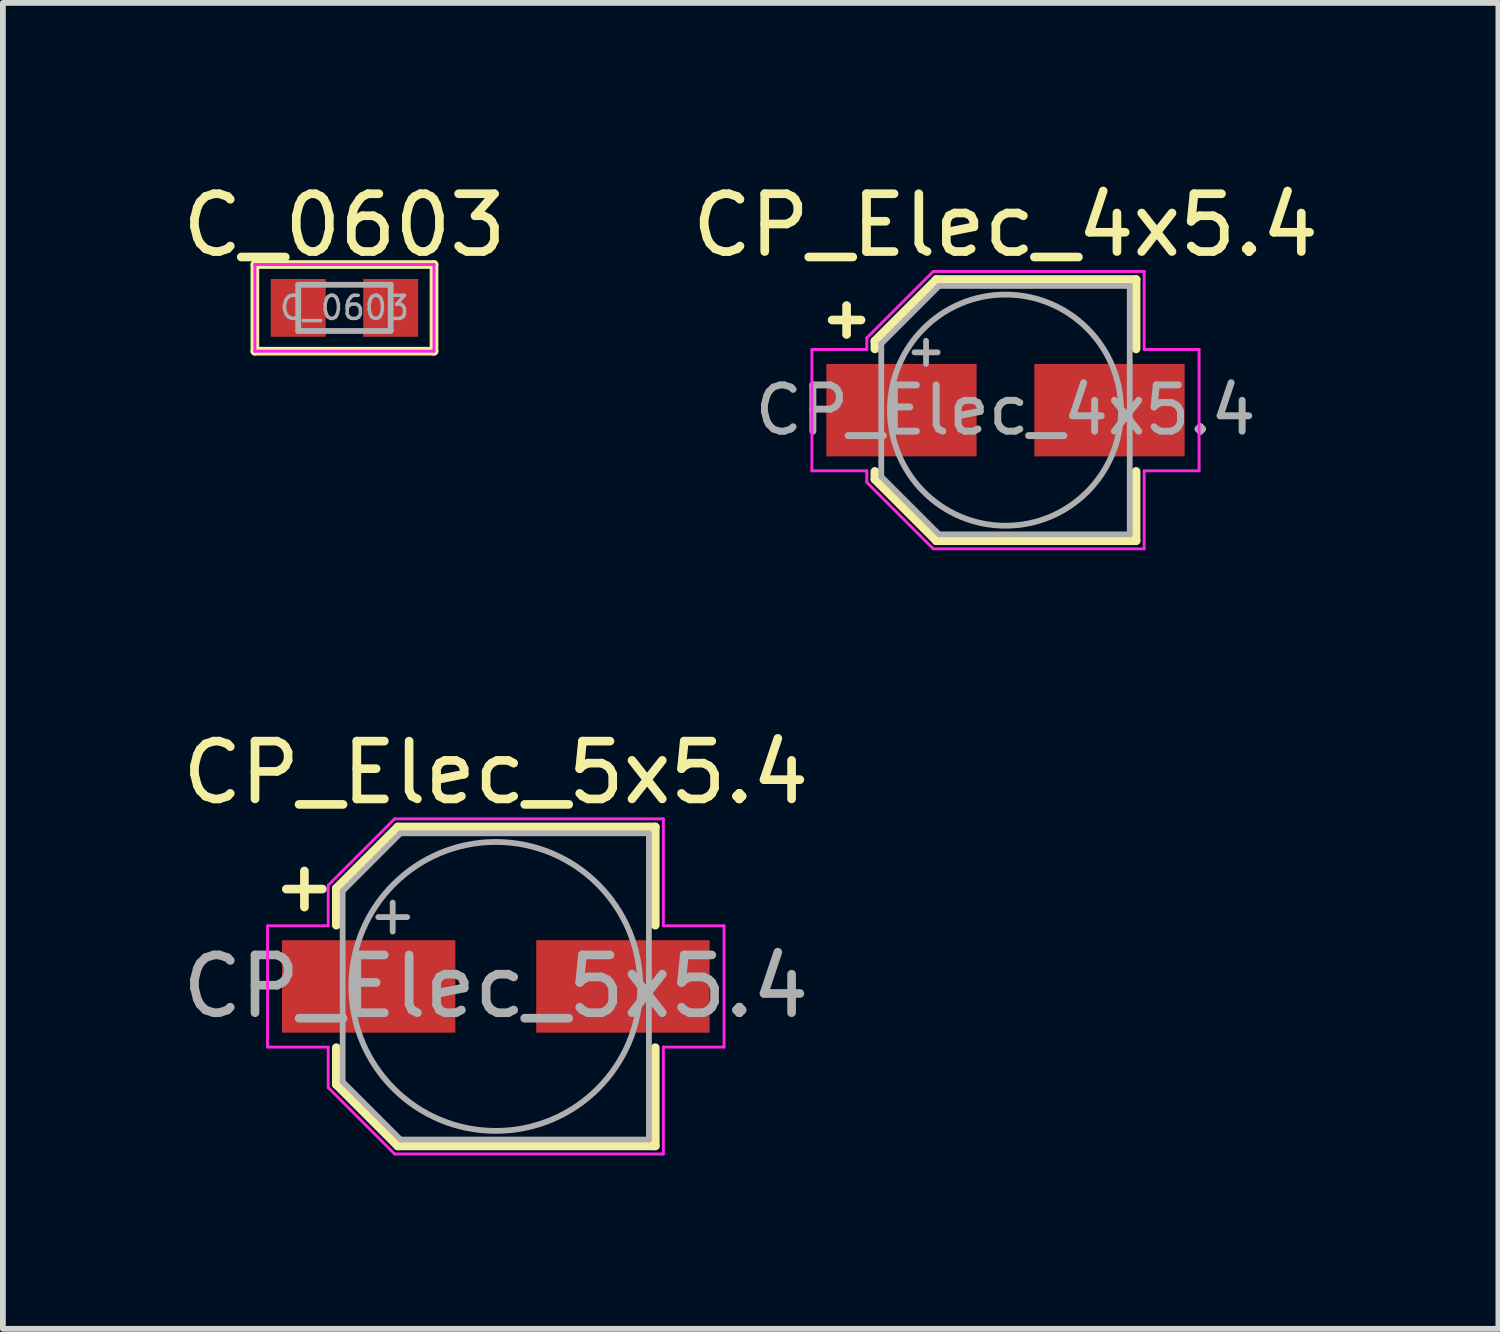
<source format=kicad_pcb>
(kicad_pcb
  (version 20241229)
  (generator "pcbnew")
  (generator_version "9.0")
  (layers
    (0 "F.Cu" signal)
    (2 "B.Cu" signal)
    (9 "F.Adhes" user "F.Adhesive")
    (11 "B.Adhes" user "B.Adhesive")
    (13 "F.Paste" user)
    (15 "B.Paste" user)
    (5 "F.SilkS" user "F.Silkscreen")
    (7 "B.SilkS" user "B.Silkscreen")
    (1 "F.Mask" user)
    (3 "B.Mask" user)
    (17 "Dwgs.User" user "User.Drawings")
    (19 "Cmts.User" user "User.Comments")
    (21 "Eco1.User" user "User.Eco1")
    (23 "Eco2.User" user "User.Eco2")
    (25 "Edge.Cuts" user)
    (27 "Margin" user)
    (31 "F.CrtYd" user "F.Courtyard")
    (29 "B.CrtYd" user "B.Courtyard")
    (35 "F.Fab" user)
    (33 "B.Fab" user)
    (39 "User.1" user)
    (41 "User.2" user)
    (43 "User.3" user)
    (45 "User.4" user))
  (footprint "CP_Elec_5x5.4"
    (layer "F.Cu")
    (at 5.53 14.021)
    (property "Reference" "CP_Elec_5x5.4" (at 0 -3.7 0) (layer "F.SilkS") (effects (font (size 1 1) (thickness 0.15))))
    (attr smd)
    (fp_line (start -3.625 -1.685) (end -3 -1.685) (stroke (width 0.15) (type solid)) (layer "F.SilkS"))
    (fp_line (start -3.312 -1.998) (end -3.312 -1.373) (stroke (width 0.15) (type solid)) (layer "F.SilkS"))
    (fp_line (start -2.76 -1.696) (end -2.76 -1.06) (stroke (width 0.15) (type solid)) (layer "F.SilkS"))
    (fp_line (start -2.76 -1.696) (end -1.696 -2.76) (stroke (width 0.15) (type solid)) (layer "F.SilkS"))
    (fp_line (start -2.76 1.696) (end -2.76 1.06) (stroke (width 0.15) (type solid)) (layer "F.SilkS"))
    (fp_line (start -2.76 1.696) (end -1.696 2.76) (stroke (width 0.15) (type solid)) (layer "F.SilkS"))
    (fp_line (start -1.696 -2.76) (end 2.76 -2.76) (stroke (width 0.15) (type solid)) (layer "F.SilkS"))
    (fp_line (start -1.696 2.76) (end 2.76 2.76) (stroke (width 0.15) (type solid)) (layer "F.SilkS"))
    (fp_line (start 2.76 -2.76) (end 2.76 -1.06) (stroke (width 0.15) (type solid)) (layer "F.SilkS"))
    (fp_line (start 2.76 2.76) (end 2.76 1.06) (stroke (width 0.15) (type solid)) (layer "F.SilkS"))
    (fp_line (start -3.95 -1.05) (end -3.95 1.05) (stroke (width 0.05) (type solid)) (layer "F.CrtYd"))
    (fp_line (start -3.95 1.05) (end -2.9 1.05) (stroke (width 0.05) (type solid)) (layer "F.CrtYd"))
    (fp_line (start -2.9 -1.75) (end -2.9 -1.05) (stroke (width 0.05) (type solid)) (layer "F.CrtYd"))
    (fp_line (start -2.9 -1.75) (end -1.75 -2.9) (stroke (width 0.05) (type solid)) (layer "F.CrtYd"))
    (fp_line (start -2.9 -1.05) (end -3.95 -1.05) (stroke (width 0.05) (type solid)) (layer "F.CrtYd"))
    (fp_line (start -2.9 1.05) (end -2.9 1.75) (stroke (width 0.05) (type solid)) (layer "F.CrtYd"))
    (fp_line (start -2.9 1.75) (end -1.75 2.9) (stroke (width 0.05) (type solid)) (layer "F.CrtYd"))
    (fp_line (start -1.75 -2.9) (end 2.9 -2.9) (stroke (width 0.05) (type solid)) (layer "F.CrtYd"))
    (fp_line (start -1.75 2.9) (end 2.9 2.9) (stroke (width 0.05) (type solid)) (layer "F.CrtYd"))
    (fp_line (start 2.9 -2.9) (end 2.9 -1.05) (stroke (width 0.05) (type solid)) (layer "F.CrtYd"))
    (fp_line (start 2.9 -1.05) (end 3.95 -1.05) (stroke (width 0.05) (type solid)) (layer "F.CrtYd"))
    (fp_line (start 2.9 1.05) (end 2.9 2.9) (stroke (width 0.05) (type solid)) (layer "F.CrtYd"))
    (fp_line (start 3.95 -1.05) (end 3.95 1.05) (stroke (width 0.05) (type solid)) (layer "F.CrtYd"))
    (fp_line (start 3.95 1.05) (end 2.9 1.05) (stroke (width 0.05) (type solid)) (layer "F.CrtYd"))
    (fp_line (start -2.65 -1.65) (end -2.65 1.65) (stroke (width 0.1) (type solid)) (layer "F.Fab"))
    (fp_line (start -2.65 -1.65) (end -1.65 -2.65) (stroke (width 0.1) (type solid)) (layer "F.Fab"))
    (fp_line (start -2.65 1.65) (end -1.65 2.65) (stroke (width 0.1) (type solid)) (layer "F.Fab"))
    (fp_line (start -2.034 -1.2) (end -1.534 -1.2) (stroke (width 0.1) (type solid)) (layer "F.Fab"))
    (fp_line (start -1.784 -1.45) (end -1.784 -0.95) (stroke (width 0.1) (type solid)) (layer "F.Fab"))
    (fp_line (start -1.65 -2.65) (end 2.65 -2.65) (stroke (width 0.1) (type solid)) (layer "F.Fab"))
    (fp_line (start -1.65 2.65) (end 2.65 2.65) (stroke (width 0.1) (type solid)) (layer "F.Fab"))
    (fp_line (start 2.65 -2.65) (end 2.65 2.65) (stroke (width 0.1) (type solid)) (layer "F.Fab"))
    (fp_circle (center 0 0) (end 2.5 0) (stroke (width 0.1) (type solid)) (fill no) (layer "F.Fab"))
    (fp_text user "${REFERENCE}" (at 0 0 0) (layer "F.Fab") (effects (font (size 1 1) (thickness 0.15))))
    (pad "1" smd rect (at -2.2 0) (size 3 1.6) (layers "F.Cu" "F.Mask" "F.Paste"))
    (pad "2" smd rect (at 2.2 0) (size 3 1.6) (layers "F.Cu" "F.Mask" "F.Paste")))
  (footprint "C_0603"
    (layer "F.Cu")
    (at 2.911 2.278)
    (property "Reference" "C_0603" (at 0 -1.43 0) (layer "F.SilkS") (effects (font (size 1 1) (thickness 0.15))))
    (attr smd)
    (fp_line (start -1.55 -0.75) (end 1.55 -0.75) (stroke (width 0.15) (type solid)) (layer "F.SilkS"))
    (fp_line (start -1.55 0.75) (end -1.55 -0.75) (stroke (width 0.15) (type solid)) (layer "F.SilkS"))
    (fp_line (start 1.55 -0.75) (end 1.55 0.75) (stroke (width 0.15) (type solid)) (layer "F.SilkS"))
    (fp_line (start 1.55 0.75) (end -1.55 0.75) (stroke (width 0.15) (type solid)) (layer "F.SilkS"))
    (fp_line (start -1.55 -0.75) (end 1.55 -0.75) (stroke (width 0.05) (type solid)) (layer "F.CrtYd"))
    (fp_line (start -1.55 0.75) (end -1.55 -0.75) (stroke (width 0.05) (type solid)) (layer "F.CrtYd"))
    (fp_line (start 1.55 -0.75) (end 1.55 0.75) (stroke (width 0.05) (type solid)) (layer "F.CrtYd"))
    (fp_line (start 1.55 0.75) (end -1.55 0.75) (stroke (width 0.05) (type solid)) (layer "F.CrtYd"))
    (fp_line (start -0.8 -0.4) (end 0.8 -0.4) (stroke (width 0.1) (type solid)) (layer "F.Fab"))
    (fp_line (start -0.8 0.4) (end -0.8 -0.4) (stroke (width 0.1) (type solid)) (layer "F.Fab"))
    (fp_line (start 0.8 -0.4) (end 0.8 0.4) (stroke (width 0.1) (type solid)) (layer "F.Fab"))
    (fp_line (start 0.8 0.4) (end -0.8 0.4) (stroke (width 0.1) (type solid)) (layer "F.Fab"))
    (fp_text user "${REFERENCE}" (at 0 0 0) (layer "F.Fab") (effects (font (size 0.4 0.4) (thickness 0.06))))
    (pad "1" smd rect (at -0.8 0) (size 0.95 1) (layers "F.Cu" "F.Mask" "F.Paste"))
    (pad "2" smd rect (at 0.8 0) (size 0.95 1) (layers "F.Cu" "F.Mask" "F.Paste")))
  (footprint "CP_Elec_4x5.4"
    (layer "F.Cu")
    (at 14.351 4.048)
    (property "Reference" "CP_Elec_4x5.4" (at 0 -3.2 0) (layer "F.SilkS") (effects (font (size 1 1) (thickness 0.15))))
    (attr smd)
    (fp_line (start -3 -1.56) (end -2.5 -1.56) (stroke (width 0.15) (type solid)) (layer "F.SilkS"))
    (fp_line (start -2.75 -1.81) (end -2.75 -1.31) (stroke (width 0.15) (type solid)) (layer "F.SilkS"))
    (fp_line (start -2.26 -1.196) (end -2.26 -1.06) (stroke (width 0.15) (type solid)) (layer "F.SilkS"))
    (fp_line (start -2.26 -1.196) (end -1.196 -2.26) (stroke (width 0.15) (type solid)) (layer "F.SilkS"))
    (fp_line (start -2.26 1.196) (end -2.26 1.06) (stroke (width 0.15) (type solid)) (layer "F.SilkS"))
    (fp_line (start -2.26 1.196) (end -1.196 2.26) (stroke (width 0.15) (type solid)) (layer "F.SilkS"))
    (fp_line (start -1.196 -2.26) (end 2.26 -2.26) (stroke (width 0.15) (type solid)) (layer "F.SilkS"))
    (fp_line (start -1.196 2.26) (end 2.26 2.26) (stroke (width 0.15) (type solid)) (layer "F.SilkS"))
    (fp_line (start 2.26 -2.26) (end 2.26 -1.06) (stroke (width 0.15) (type solid)) (layer "F.SilkS"))
    (fp_line (start 2.26 2.26) (end 2.26 1.06) (stroke (width 0.15) (type solid)) (layer "F.SilkS"))
    (fp_line (start -3.35 -1.05) (end -3.35 1.05) (stroke (width 0.05) (type solid)) (layer "F.CrtYd"))
    (fp_line (start -3.35 1.05) (end -2.4 1.05) (stroke (width 0.05) (type solid)) (layer "F.CrtYd"))
    (fp_line (start -2.4 -1.25) (end -2.4 -1.05) (stroke (width 0.05) (type solid)) (layer "F.CrtYd"))
    (fp_line (start -2.4 -1.25) (end -1.25 -2.4) (stroke (width 0.05) (type solid)) (layer "F.CrtYd"))
    (fp_line (start -2.4 -1.05) (end -3.35 -1.05) (stroke (width 0.05) (type solid)) (layer "F.CrtYd"))
    (fp_line (start -2.4 1.05) (end -2.4 1.25) (stroke (width 0.05) (type solid)) (layer "F.CrtYd"))
    (fp_line (start -2.4 1.25) (end -1.25 2.4) (stroke (width 0.05) (type solid)) (layer "F.CrtYd"))
    (fp_line (start -1.25 -2.4) (end 2.4 -2.4) (stroke (width 0.05) (type solid)) (layer "F.CrtYd"))
    (fp_line (start -1.25 2.4) (end 2.4 2.4) (stroke (width 0.05) (type solid)) (layer "F.CrtYd"))
    (fp_line (start 2.4 -2.4) (end 2.4 -1.05) (stroke (width 0.05) (type solid)) (layer "F.CrtYd"))
    (fp_line (start 2.4 -1.05) (end 3.35 -1.05) (stroke (width 0.05) (type solid)) (layer "F.CrtYd"))
    (fp_line (start 2.4 1.05) (end 2.4 2.4) (stroke (width 0.05) (type solid)) (layer "F.CrtYd"))
    (fp_line (start 3.35 -1.05) (end 3.35 1.05) (stroke (width 0.05) (type solid)) (layer "F.CrtYd"))
    (fp_line (start 3.35 1.05) (end 2.4 1.05) (stroke (width 0.05) (type solid)) (layer "F.CrtYd"))
    (fp_line (start -2.15 -1.15) (end -2.15 1.15) (stroke (width 0.1) (type solid)) (layer "F.Fab"))
    (fp_line (start -2.15 -1.15) (end -1.15 -2.15) (stroke (width 0.1) (type solid)) (layer "F.Fab"))
    (fp_line (start -2.15 1.15) (end -1.15 2.15) (stroke (width 0.1) (type solid)) (layer "F.Fab"))
    (fp_line (start -1.575 -1) (end -1.175 -1) (stroke (width 0.1) (type solid)) (layer "F.Fab"))
    (fp_line (start -1.375 -1.2) (end -1.375 -0.8) (stroke (width 0.1) (type solid)) (layer "F.Fab"))
    (fp_line (start -1.15 -2.15) (end 2.15 -2.15) (stroke (width 0.1) (type solid)) (layer "F.Fab"))
    (fp_line (start -1.15 2.15) (end 2.15 2.15) (stroke (width 0.1) (type solid)) (layer "F.Fab"))
    (fp_line (start 2.15 -2.15) (end 2.15 2.15) (stroke (width 0.1) (type solid)) (layer "F.Fab"))
    (fp_circle (center 0 0) (end 2 0) (stroke (width 0.1) (type solid)) (fill no) (layer "F.Fab"))
    (fp_text user "${REFERENCE}" (at 0 0 0) (layer "F.Fab") (effects (font (size 0.8 0.8) (thickness 0.12))))
    (pad "1" smd rect (at -1.8 0) (size 2.6 1.6) (layers "F.Cu" "F.Mask" "F.Paste"))
    (pad "2" smd rect (at 1.8 0) (size 2.6 1.6) (layers "F.Cu" "F.Mask" "F.Paste")))
  (gr_rect
    (start -3 -3)
    (end 22.881 19.947)
    (stroke (width 0.1) (type default))
    (fill no)
    (layer "Edge.Cuts")))
</source>
